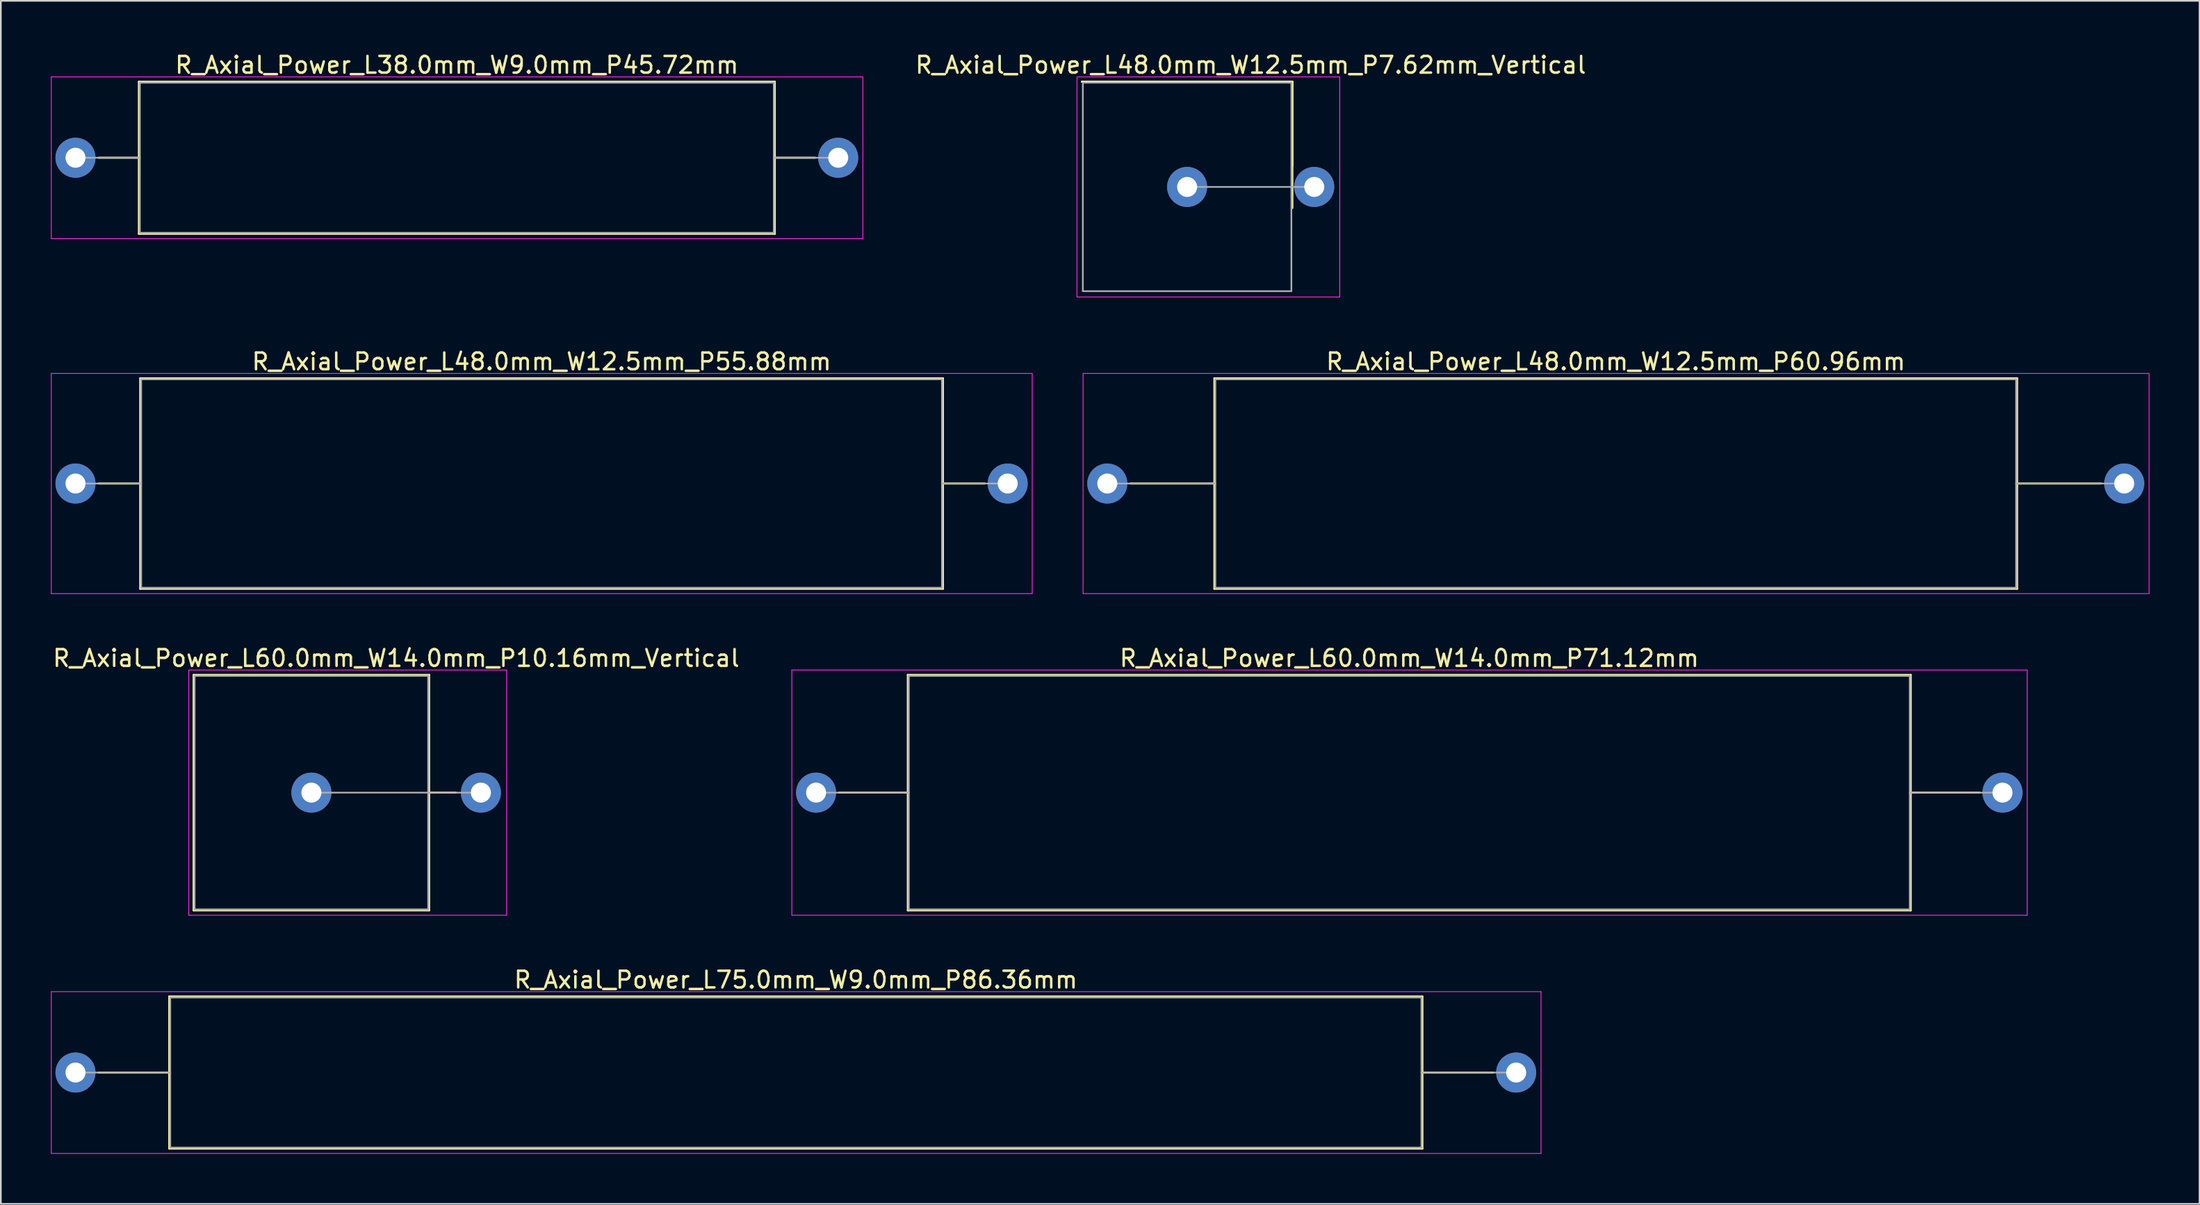
<source format=kicad_pcb>
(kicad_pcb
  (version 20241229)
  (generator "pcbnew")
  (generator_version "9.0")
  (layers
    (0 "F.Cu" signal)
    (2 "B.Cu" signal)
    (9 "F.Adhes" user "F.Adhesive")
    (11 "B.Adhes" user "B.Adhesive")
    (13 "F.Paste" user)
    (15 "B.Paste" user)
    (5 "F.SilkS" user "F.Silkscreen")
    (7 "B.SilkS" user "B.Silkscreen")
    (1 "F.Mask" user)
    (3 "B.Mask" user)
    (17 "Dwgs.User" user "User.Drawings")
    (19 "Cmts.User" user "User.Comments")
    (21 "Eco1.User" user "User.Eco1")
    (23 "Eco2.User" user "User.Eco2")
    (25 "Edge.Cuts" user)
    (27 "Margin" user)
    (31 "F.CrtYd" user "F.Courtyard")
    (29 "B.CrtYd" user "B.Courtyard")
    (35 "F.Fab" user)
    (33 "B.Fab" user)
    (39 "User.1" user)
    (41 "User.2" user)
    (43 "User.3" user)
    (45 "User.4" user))
  (footprint "R_Axial_Power_L48.0mm_W12.5mm_P7.62mm_Vertical"
    (layer "F.Cu")
    (at 68.11 8.158)
    (property "Reference" "R_Axial_Power_L48.0mm_W12.5mm_P7.62mm_Vertical" (at 3.81 -7.31 0) (layer "F.SilkS") (effects (font (size 1 1) (thickness 0.15))))
    (attr through_hole)
    (fp_line (start -6.31 -6.31) (end 6.31 -6.31) (stroke (width 0.12) (type solid)) (layer "F.SilkS"))
    (fp_line (start 6.31 -6.31) (end -6.31 -6.31) (stroke (width 0.12) (type solid)) (layer "F.SilkS"))
    (fp_line (start 6.31 -6.31) (end 6.31 1.26) (stroke (width 0.12) (type solid)) (layer "F.SilkS"))
    (fp_line (start 6.31 -1.26) (end 6.31 -6.31) (stroke (width 0.12) (type solid)) (layer "F.SilkS"))
    (fp_line (start -6.6 -6.6) (end -6.6 6.6) (stroke (width 0.05) (type solid)) (layer "F.CrtYd"))
    (fp_line (start -6.6 6.6) (end 9.15 6.6) (stroke (width 0.05) (type solid)) (layer "F.CrtYd"))
    (fp_line (start 9.15 -6.6) (end -6.6 -6.6) (stroke (width 0.05) (type solid)) (layer "F.CrtYd"))
    (fp_line (start 9.15 6.6) (end 9.15 -6.6) (stroke (width 0.05) (type solid)) (layer "F.CrtYd"))
    (fp_line (start -6.25 -6.25) (end -6.25 6.25) (stroke (width 0.1) (type solid)) (layer "F.Fab"))
    (fp_line (start -6.25 6.25) (end 6.25 6.25) (stroke (width 0.1) (type solid)) (layer "F.Fab"))
    (fp_line (start 0 0) (end 7.62 0) (stroke (width 0.1) (type solid)) (layer "F.Fab"))
    (fp_line (start 6.25 -6.25) (end -6.25 -6.25) (stroke (width 0.1) (type solid)) (layer "F.Fab"))
    (fp_line (start 6.25 6.25) (end 6.25 -6.25) (stroke (width 0.1) (type solid)) (layer "F.Fab"))
    (pad "1" thru_hole circle (at 0 0) (size 2.4 2.4) (drill 1.2) (layers "*.Cu" "*.Mask"))
    (pad "2" thru_hole oval (at 7.62 0) (size 2.4 2.4) (drill 1.2) (layers "*.Cu" "*.Mask")))
  (footprint "R_Axial_Power_L60.0mm_W14.0mm_P10.16mm_Vertical"
    (layer "F.Cu")
    (at 15.616 44.475)
    (property "Reference" "R_Axial_Power_L60.0mm_W14.0mm_P10.16mm_Vertical" (at 5.08 -8.06 0) (layer "F.SilkS") (effects (font (size 1 1) (thickness 0.15))))
    (attr through_hole)
    (fp_line (start -7.06 -7.06) (end -7.06 7.06) (stroke (width 0.12) (type solid)) (layer "F.SilkS"))
    (fp_line (start -7.06 7.06) (end 7.06 7.06) (stroke (width 0.12) (type solid)) (layer "F.SilkS"))
    (fp_line (start 7.06 -7.06) (end -7.06 -7.06) (stroke (width 0.12) (type solid)) (layer "F.SilkS"))
    (fp_line (start 7.06 0) (end 8.66 0) (stroke (width 0.12) (type solid)) (layer "F.SilkS"))
    (fp_line (start 7.06 7.06) (end 7.06 -7.06) (stroke (width 0.12) (type solid)) (layer "F.SilkS"))
    (fp_line (start -7.35 -7.35) (end -7.35 7.35) (stroke (width 0.05) (type solid)) (layer "F.CrtYd"))
    (fp_line (start -7.35 7.35) (end 11.7 7.35) (stroke (width 0.05) (type solid)) (layer "F.CrtYd"))
    (fp_line (start 11.7 -7.35) (end -7.35 -7.35) (stroke (width 0.05) (type solid)) (layer "F.CrtYd"))
    (fp_line (start 11.7 7.35) (end 11.7 -7.35) (stroke (width 0.05) (type solid)) (layer "F.CrtYd"))
    (fp_line (start -7 -7) (end -7 7) (stroke (width 0.1) (type solid)) (layer "F.Fab"))
    (fp_line (start -7 7) (end 7 7) (stroke (width 0.1) (type solid)) (layer "F.Fab"))
    (fp_line (start 0 0) (end 10.16 0) (stroke (width 0.1) (type solid)) (layer "F.Fab"))
    (fp_line (start 7 -7) (end -7 -7) (stroke (width 0.1) (type solid)) (layer "F.Fab"))
    (fp_line (start 7 7) (end 7 -7) (stroke (width 0.1) (type solid)) (layer "F.Fab"))
    (pad "1" thru_hole circle (at 0 0) (size 2.4 2.4) (drill 1.2) (layers "*.Cu" "*.Mask"))
    (pad "2" thru_hole oval (at 10.16 0) (size 2.4 2.4) (drill 1.2) (layers "*.Cu" "*.Mask")))
  (footprint "R_Axial_Power_L48.0mm_W12.5mm_P55.88mm"
    (layer "F.Cu")
    (at 1.475 25.942)
    (property "Reference" "R_Axial_Power_L48.0mm_W12.5mm_P55.88mm" (at 27.94 -7.31 0) (layer "F.SilkS") (effects (font (size 1 1) (thickness 0.15))))
    (attr through_hole)
    (fp_line (start 1.38 0) (end 3.88 0) (stroke (width 0.12) (type solid)) (layer "F.SilkS"))
    (fp_line (start 3.88 -6.31) (end 3.88 6.31) (stroke (width 0.12) (type solid)) (layer "F.SilkS"))
    (fp_line (start 3.88 6.31) (end 52 6.31) (stroke (width 0.12) (type solid)) (layer "F.SilkS"))
    (fp_line (start 52 -6.31) (end 3.88 -6.31) (stroke (width 0.12) (type solid)) (layer "F.SilkS"))
    (fp_line (start 52 6.31) (end 52 -6.31) (stroke (width 0.12) (type solid)) (layer "F.SilkS"))
    (fp_line (start 54.5 0) (end 52 0) (stroke (width 0.12) (type solid)) (layer "F.SilkS"))
    (fp_line (start -1.45 -6.6) (end -1.45 6.6) (stroke (width 0.05) (type solid)) (layer "F.CrtYd"))
    (fp_line (start -1.45 6.6) (end 57.35 6.6) (stroke (width 0.05) (type solid)) (layer "F.CrtYd"))
    (fp_line (start 57.35 -6.6) (end -1.45 -6.6) (stroke (width 0.05) (type solid)) (layer "F.CrtYd"))
    (fp_line (start 57.35 6.6) (end 57.35 -6.6) (stroke (width 0.05) (type solid)) (layer "F.CrtYd"))
    (fp_line (start 0 0) (end 3.94 0) (stroke (width 0.1) (type solid)) (layer "F.Fab"))
    (fp_line (start 3.94 -6.25) (end 3.94 6.25) (stroke (width 0.1) (type solid)) (layer "F.Fab"))
    (fp_line (start 3.94 6.25) (end 51.94 6.25) (stroke (width 0.1) (type solid)) (layer "F.Fab"))
    (fp_line (start 51.94 -6.25) (end 3.94 -6.25) (stroke (width 0.1) (type solid)) (layer "F.Fab"))
    (fp_line (start 51.94 6.25) (end 51.94 -6.25) (stroke (width 0.1) (type solid)) (layer "F.Fab"))
    (fp_line (start 55.88 0) (end 51.94 0) (stroke (width 0.1) (type solid)) (layer "F.Fab"))
    (pad "1" thru_hole circle (at 0 0) (size 2.4 2.4) (drill 1.2) (layers "*.Cu" "*.Mask"))
    (pad "2" thru_hole oval (at 55.88 0) (size 2.4 2.4) (drill 1.2) (layers "*.Cu" "*.Mask")))
  (footprint "R_Axial_Power_L38.0mm_W9.0mm_P45.72mm"
    (layer "F.Cu")
    (at 1.475 6.408)
    (property "Reference" "R_Axial_Power_L38.0mm_W9.0mm_P45.72mm" (at 22.86 -5.56 0) (layer "F.SilkS") (effects (font (size 1 1) (thickness 0.15))))
    (attr through_hole)
    (fp_line (start 1.38 0) (end 3.8 0) (stroke (width 0.12) (type solid)) (layer "F.SilkS"))
    (fp_line (start 3.8 -4.56) (end 3.8 4.56) (stroke (width 0.12) (type solid)) (layer "F.SilkS"))
    (fp_line (start 3.8 4.56) (end 41.92 4.56) (stroke (width 0.12) (type solid)) (layer "F.SilkS"))
    (fp_line (start 41.92 -4.56) (end 3.8 -4.56) (stroke (width 0.12) (type solid)) (layer "F.SilkS"))
    (fp_line (start 41.92 4.56) (end 41.92 -4.56) (stroke (width 0.12) (type solid)) (layer "F.SilkS"))
    (fp_line (start 44.34 0) (end 41.92 0) (stroke (width 0.12) (type solid)) (layer "F.SilkS"))
    (fp_line (start -1.45 -4.85) (end -1.45 4.85) (stroke (width 0.05) (type solid)) (layer "F.CrtYd"))
    (fp_line (start -1.45 4.85) (end 47.2 4.85) (stroke (width 0.05) (type solid)) (layer "F.CrtYd"))
    (fp_line (start 47.2 -4.85) (end -1.45 -4.85) (stroke (width 0.05) (type solid)) (layer "F.CrtYd"))
    (fp_line (start 47.2 4.85) (end 47.2 -4.85) (stroke (width 0.05) (type solid)) (layer "F.CrtYd"))
    (fp_line (start 0 0) (end 3.86 0) (stroke (width 0.1) (type solid)) (layer "F.Fab"))
    (fp_line (start 3.86 -4.5) (end 3.86 4.5) (stroke (width 0.1) (type solid)) (layer "F.Fab"))
    (fp_line (start 3.86 4.5) (end 41.86 4.5) (stroke (width 0.1) (type solid)) (layer "F.Fab"))
    (fp_line (start 41.86 -4.5) (end 3.86 -4.5) (stroke (width 0.1) (type solid)) (layer "F.Fab"))
    (fp_line (start 41.86 4.5) (end 41.86 -4.5) (stroke (width 0.1) (type solid)) (layer "F.Fab"))
    (fp_line (start 45.72 0) (end 41.86 0) (stroke (width 0.1) (type solid)) (layer "F.Fab"))
    (pad "1" thru_hole circle (at 0 0) (size 2.4 2.4) (drill 1.2) (layers "*.Cu" "*.Mask"))
    (pad "2" thru_hole oval (at 45.72 0) (size 2.4 2.4) (drill 1.2) (layers "*.Cu" "*.Mask")))
  (footprint "R_Axial_Power_L60.0mm_W14.0mm_P71.12mm"
    (layer "F.Cu")
    (at 45.868 44.475)
    (property "Reference" "R_Axial_Power_L60.0mm_W14.0mm_P71.12mm" (at 35.56 -8.06 0) (layer "F.SilkS") (effects (font (size 1 1) (thickness 0.15))))
    (attr through_hole)
    (fp_line (start 1.38 0) (end 5.5 0) (stroke (width 0.12) (type solid)) (layer "F.SilkS"))
    (fp_line (start 5.5 -7.06) (end 5.5 7.06) (stroke (width 0.12) (type solid)) (layer "F.SilkS"))
    (fp_line (start 5.5 7.06) (end 65.62 7.06) (stroke (width 0.12) (type solid)) (layer "F.SilkS"))
    (fp_line (start 65.62 -7.06) (end 5.5 -7.06) (stroke (width 0.12) (type solid)) (layer "F.SilkS"))
    (fp_line (start 65.62 7.06) (end 65.62 -7.06) (stroke (width 0.12) (type solid)) (layer "F.SilkS"))
    (fp_line (start 69.74 0) (end 65.62 0) (stroke (width 0.12) (type solid)) (layer "F.SilkS"))
    (fp_line (start -1.45 -7.35) (end -1.45 7.35) (stroke (width 0.05) (type solid)) (layer "F.CrtYd"))
    (fp_line (start -1.45 7.35) (end 72.6 7.35) (stroke (width 0.05) (type solid)) (layer "F.CrtYd"))
    (fp_line (start 72.6 -7.35) (end -1.45 -7.35) (stroke (width 0.05) (type solid)) (layer "F.CrtYd"))
    (fp_line (start 72.6 7.35) (end 72.6 -7.35) (stroke (width 0.05) (type solid)) (layer "F.CrtYd"))
    (fp_line (start 0 0) (end 5.56 0) (stroke (width 0.1) (type solid)) (layer "F.Fab"))
    (fp_line (start 5.56 -7) (end 5.56 7) (stroke (width 0.1) (type solid)) (layer "F.Fab"))
    (fp_line (start 5.56 7) (end 65.56 7) (stroke (width 0.1) (type solid)) (layer "F.Fab"))
    (fp_line (start 65.56 -7) (end 5.56 -7) (stroke (width 0.1) (type solid)) (layer "F.Fab"))
    (fp_line (start 65.56 7) (end 65.56 -7) (stroke (width 0.1) (type solid)) (layer "F.Fab"))
    (fp_line (start 71.12 0) (end 65.56 0) (stroke (width 0.1) (type solid)) (layer "F.Fab"))
    (pad "1" thru_hole circle (at 0 0) (size 2.4 2.4) (drill 1.2) (layers "*.Cu" "*.Mask"))
    (pad "2" thru_hole oval (at 71.12 0) (size 2.4 2.4) (drill 1.2) (layers "*.Cu" "*.Mask")))
  (footprint "R_Axial_Power_L48.0mm_W12.5mm_P60.96mm"
    (layer "F.Cu")
    (at 63.325 25.942)
    (property "Reference" "R_Axial_Power_L48.0mm_W12.5mm_P60.96mm" (at 30.48 -7.31 0) (layer "F.SilkS") (effects (font (size 1 1) (thickness 0.15))))
    (attr through_hole)
    (fp_line (start 1.38 0) (end 6.42 0) (stroke (width 0.12) (type solid)) (layer "F.SilkS"))
    (fp_line (start 6.42 -6.31) (end 6.42 6.31) (stroke (width 0.12) (type solid)) (layer "F.SilkS"))
    (fp_line (start 6.42 6.31) (end 54.54 6.31) (stroke (width 0.12) (type solid)) (layer "F.SilkS"))
    (fp_line (start 54.54 -6.31) (end 6.42 -6.31) (stroke (width 0.12) (type solid)) (layer "F.SilkS"))
    (fp_line (start 54.54 6.31) (end 54.54 -6.31) (stroke (width 0.12) (type solid)) (layer "F.SilkS"))
    (fp_line (start 59.58 0) (end 54.54 0) (stroke (width 0.12) (type solid)) (layer "F.SilkS"))
    (fp_line (start -1.45 -6.6) (end -1.45 6.6) (stroke (width 0.05) (type solid)) (layer "F.CrtYd"))
    (fp_line (start -1.45 6.6) (end 62.45 6.6) (stroke (width 0.05) (type solid)) (layer "F.CrtYd"))
    (fp_line (start 62.45 -6.6) (end -1.45 -6.6) (stroke (width 0.05) (type solid)) (layer "F.CrtYd"))
    (fp_line (start 62.45 6.6) (end 62.45 -6.6) (stroke (width 0.05) (type solid)) (layer "F.CrtYd"))
    (fp_line (start 0 0) (end 6.48 0) (stroke (width 0.1) (type solid)) (layer "F.Fab"))
    (fp_line (start 6.48 -6.25) (end 6.48 6.25) (stroke (width 0.1) (type solid)) (layer "F.Fab"))
    (fp_line (start 6.48 6.25) (end 54.48 6.25) (stroke (width 0.1) (type solid)) (layer "F.Fab"))
    (fp_line (start 54.48 -6.25) (end 6.48 -6.25) (stroke (width 0.1) (type solid)) (layer "F.Fab"))
    (fp_line (start 54.48 6.25) (end 54.48 -6.25) (stroke (width 0.1) (type solid)) (layer "F.Fab"))
    (fp_line (start 60.96 0) (end 54.48 0) (stroke (width 0.1) (type solid)) (layer "F.Fab"))
    (pad "1" thru_hole circle (at 0 0) (size 2.4 2.4) (drill 1.2) (layers "*.Cu" "*.Mask"))
    (pad "2" thru_hole oval (at 60.96 0) (size 2.4 2.4) (drill 1.2) (layers "*.Cu" "*.Mask")))
  (footprint "R_Axial_Power_L75.0mm_W9.0mm_P86.36mm"
    (layer "F.Cu")
    (at 1.475 61.258)
    (property "Reference" "R_Axial_Power_L75.0mm_W9.0mm_P86.36mm" (at 43.18 -5.56 0) (layer "F.SilkS") (effects (font (size 1 1) (thickness 0.15))))
    (attr through_hole)
    (fp_line (start 1.38 0) (end 5.62 0) (stroke (width 0.12) (type solid)) (layer "F.SilkS"))
    (fp_line (start 5.62 -4.56) (end 5.62 4.56) (stroke (width 0.12) (type solid)) (layer "F.SilkS"))
    (fp_line (start 5.62 4.56) (end 80.74 4.56) (stroke (width 0.12) (type solid)) (layer "F.SilkS"))
    (fp_line (start 80.74 -4.56) (end 5.62 -4.56) (stroke (width 0.12) (type solid)) (layer "F.SilkS"))
    (fp_line (start 80.74 4.56) (end 80.74 -4.56) (stroke (width 0.12) (type solid)) (layer "F.SilkS"))
    (fp_line (start 84.98 0) (end 80.74 0) (stroke (width 0.12) (type solid)) (layer "F.SilkS"))
    (fp_line (start -1.45 -4.85) (end -1.45 4.85) (stroke (width 0.05) (type solid)) (layer "F.CrtYd"))
    (fp_line (start -1.45 4.85) (end 87.85 4.85) (stroke (width 0.05) (type solid)) (layer "F.CrtYd"))
    (fp_line (start 87.85 -4.85) (end -1.45 -4.85) (stroke (width 0.05) (type solid)) (layer "F.CrtYd"))
    (fp_line (start 87.85 4.85) (end 87.85 -4.85) (stroke (width 0.05) (type solid)) (layer "F.CrtYd"))
    (fp_line (start 0 0) (end 5.68 0) (stroke (width 0.1) (type solid)) (layer "F.Fab"))
    (fp_line (start 5.68 -4.5) (end 5.68 4.5) (stroke (width 0.1) (type solid)) (layer "F.Fab"))
    (fp_line (start 5.68 4.5) (end 80.68 4.5) (stroke (width 0.1) (type solid)) (layer "F.Fab"))
    (fp_line (start 80.68 -4.5) (end 5.68 -4.5) (stroke (width 0.1) (type solid)) (layer "F.Fab"))
    (fp_line (start 80.68 4.5) (end 80.68 -4.5) (stroke (width 0.1) (type solid)) (layer "F.Fab"))
    (fp_line (start 86.36 0) (end 80.68 0) (stroke (width 0.1) (type solid)) (layer "F.Fab"))
    (pad "1" thru_hole circle (at 0 0) (size 2.4 2.4) (drill 1.2) (layers "*.Cu" "*.Mask"))
    (pad "2" thru_hole oval (at 86.36 0) (size 2.4 2.4) (drill 1.2) (layers "*.Cu" "*.Mask")))
  (gr_rect
    (start -3 -3)
    (end 128.8 69.133)
    (stroke (width 0.1) (type default))
    (fill no)
    (layer "Edge.Cuts")))
</source>
